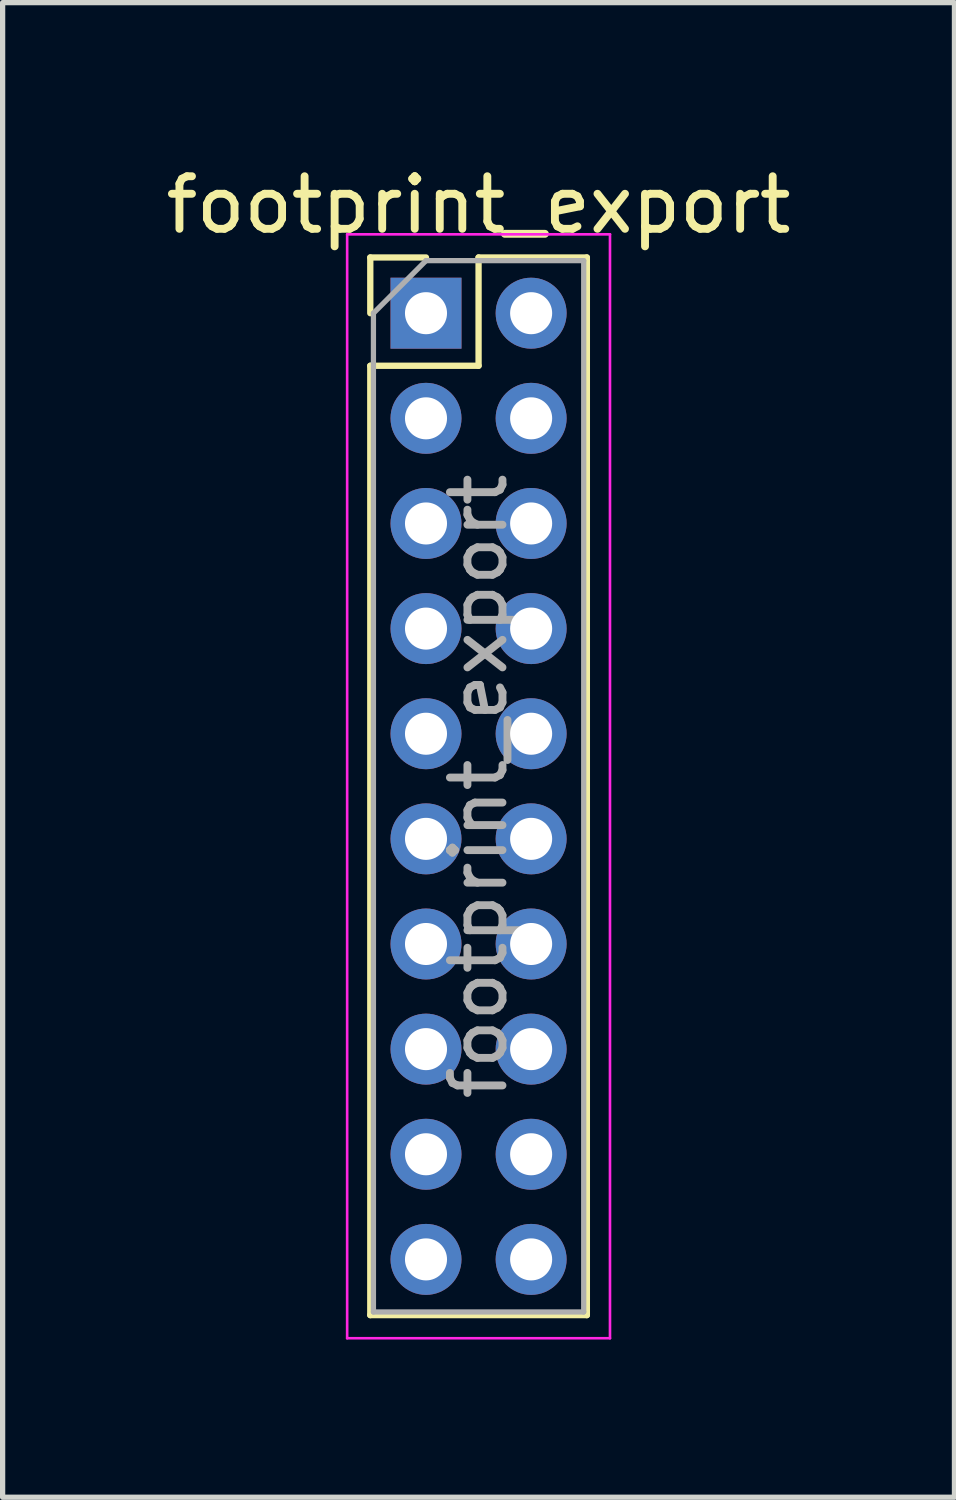
<source format=kicad_pcb>
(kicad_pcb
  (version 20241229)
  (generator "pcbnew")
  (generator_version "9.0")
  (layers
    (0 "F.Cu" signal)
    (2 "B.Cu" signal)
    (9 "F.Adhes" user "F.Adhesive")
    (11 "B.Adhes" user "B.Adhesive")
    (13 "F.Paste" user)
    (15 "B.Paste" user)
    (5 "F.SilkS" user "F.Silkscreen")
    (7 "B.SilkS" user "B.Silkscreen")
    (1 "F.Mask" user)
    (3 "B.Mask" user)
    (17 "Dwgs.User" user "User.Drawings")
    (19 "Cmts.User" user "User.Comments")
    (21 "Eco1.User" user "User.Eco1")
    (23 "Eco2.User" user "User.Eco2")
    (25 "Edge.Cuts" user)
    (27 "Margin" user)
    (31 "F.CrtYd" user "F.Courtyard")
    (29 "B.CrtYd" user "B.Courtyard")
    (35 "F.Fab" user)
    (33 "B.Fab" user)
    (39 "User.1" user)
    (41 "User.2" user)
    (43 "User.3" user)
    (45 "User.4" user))
  (footprint "footprint_export"
    (layer "F.Cu")
    (at 5.054 2.908)
    (property "Reference" "footprint_export" (at 1 -2.06 0) (layer "F.SilkS") (effects (font (size 1 1) (thickness 0.15))))
    (attr through_hole)
    (fp_line (start -1.06 -1.06) (end 0 -1.06) (stroke (width 0.12) (type solid)) (layer "F.SilkS"))
    (fp_line (start -1.06 0) (end -1.06 -1.06) (stroke (width 0.12) (type solid)) (layer "F.SilkS"))
    (fp_line (start -1.06 1) (end -1.06 19.06) (stroke (width 0.12) (type solid)) (layer "F.SilkS"))
    (fp_line (start -1.06 1) (end 1 1) (stroke (width 0.12) (type solid)) (layer "F.SilkS"))
    (fp_line (start -1.06 19.06) (end 3.06 19.06) (stroke (width 0.12) (type solid)) (layer "F.SilkS"))
    (fp_line (start 1 -1.06) (end 3.06 -1.06) (stroke (width 0.12) (type solid)) (layer "F.SilkS"))
    (fp_line (start 1 1) (end 1 -1.06) (stroke (width 0.12) (type solid)) (layer "F.SilkS"))
    (fp_line (start 3.06 -1.06) (end 3.06 19.06) (stroke (width 0.12) (type solid)) (layer "F.SilkS"))
    (fp_line (start -1.5 -1.5) (end -1.5 19.5) (stroke (width 0.05) (type solid)) (layer "F.CrtYd"))
    (fp_line (start -1.5 19.5) (end 3.5 19.5) (stroke (width 0.05) (type solid)) (layer "F.CrtYd"))
    (fp_line (start 3.5 -1.5) (end -1.5 -1.5) (stroke (width 0.05) (type solid)) (layer "F.CrtYd"))
    (fp_line (start 3.5 19.5) (end 3.5 -1.5) (stroke (width 0.05) (type solid)) (layer "F.CrtYd"))
    (fp_line (start -1 0) (end 0 -1) (stroke (width 0.1) (type solid)) (layer "F.Fab"))
    (fp_line (start -1 19) (end -1 0) (stroke (width 0.1) (type solid)) (layer "F.Fab"))
    (fp_line (start 0 -1) (end 3 -1) (stroke (width 0.1) (type solid)) (layer "F.Fab"))
    (fp_line (start 3 -1) (end 3 19) (stroke (width 0.1) (type solid)) (layer "F.Fab"))
    (fp_line (start 3 19) (end -1 19) (stroke (width 0.1) (type solid)) (layer "F.Fab"))
    (fp_text user "${REFERENCE}" (at 1 9 90) (layer "F.Fab") (effects (font (size 1 1) (thickness 0.15))))
    (pad "1" thru_hole rect (at 0 0) (size 1.35 1.35) (drill 0.8) (layers "*.Cu" "*.Mask"))
    (pad "2" thru_hole oval (at 2 0) (size 1.35 1.35) (drill 0.8) (layers "*.Cu" "*.Mask"))
    (pad "3" thru_hole oval (at 0 2) (size 1.35 1.35) (drill 0.8) (layers "*.Cu" "*.Mask"))
    (pad "4" thru_hole oval (at 2 2) (size 1.35 1.35) (drill 0.8) (layers "*.Cu" "*.Mask"))
    (pad "5" thru_hole oval (at 0 4) (size 1.35 1.35) (drill 0.8) (layers "*.Cu" "*.Mask"))
    (pad "6" thru_hole oval (at 2 4) (size 1.35 1.35) (drill 0.8) (layers "*.Cu" "*.Mask"))
    (pad "7" thru_hole oval (at 0 6) (size 1.35 1.35) (drill 0.8) (layers "*.Cu" "*.Mask"))
    (pad "8" thru_hole oval (at 2 6) (size 1.35 1.35) (drill 0.8) (layers "*.Cu" "*.Mask"))
    (pad "9" thru_hole oval (at 0 8) (size 1.35 1.35) (drill 0.8) (layers "*.Cu" "*.Mask"))
    (pad "10" thru_hole oval (at 2 8) (size 1.35 1.35) (drill 0.8) (layers "*.Cu" "*.Mask"))
    (pad "11" thru_hole oval (at 0 10) (size 1.35 1.35) (drill 0.8) (layers "*.Cu" "*.Mask"))
    (pad "12" thru_hole oval (at 2 10) (size 1.35 1.35) (drill 0.8) (layers "*.Cu" "*.Mask"))
    (pad "13" thru_hole oval (at 0 12) (size 1.35 1.35) (drill 0.8) (layers "*.Cu" "*.Mask"))
    (pad "14" thru_hole oval (at 2 12) (size 1.35 1.35) (drill 0.8) (layers "*.Cu" "*.Mask"))
    (pad "15" thru_hole oval (at 0 14) (size 1.35 1.35) (drill 0.8) (layers "*.Cu" "*.Mask"))
    (pad "16" thru_hole oval (at 2 14) (size 1.35 1.35) (drill 0.8) (layers "*.Cu" "*.Mask"))
    (pad "17" thru_hole oval (at 0 16) (size 1.35 1.35) (drill 0.8) (layers "*.Cu" "*.Mask"))
    (pad "18" thru_hole oval (at 2 16) (size 1.35 1.35) (drill 0.8) (layers "*.Cu" "*.Mask"))
    (pad "19" thru_hole oval (at 0 18) (size 1.35 1.35) (drill 0.8) (layers "*.Cu" "*.Mask"))
    (pad "20" thru_hole oval (at 2 18) (size 1.35 1.35) (drill 0.8) (layers "*.Cu" "*.Mask")))
  (gr_rect
    (start -3 -3)
    (end 15.107 25.433)
    (stroke (width 0.1) (type default))
    (fill no)
    (layer "Edge.Cuts")))
</source>
